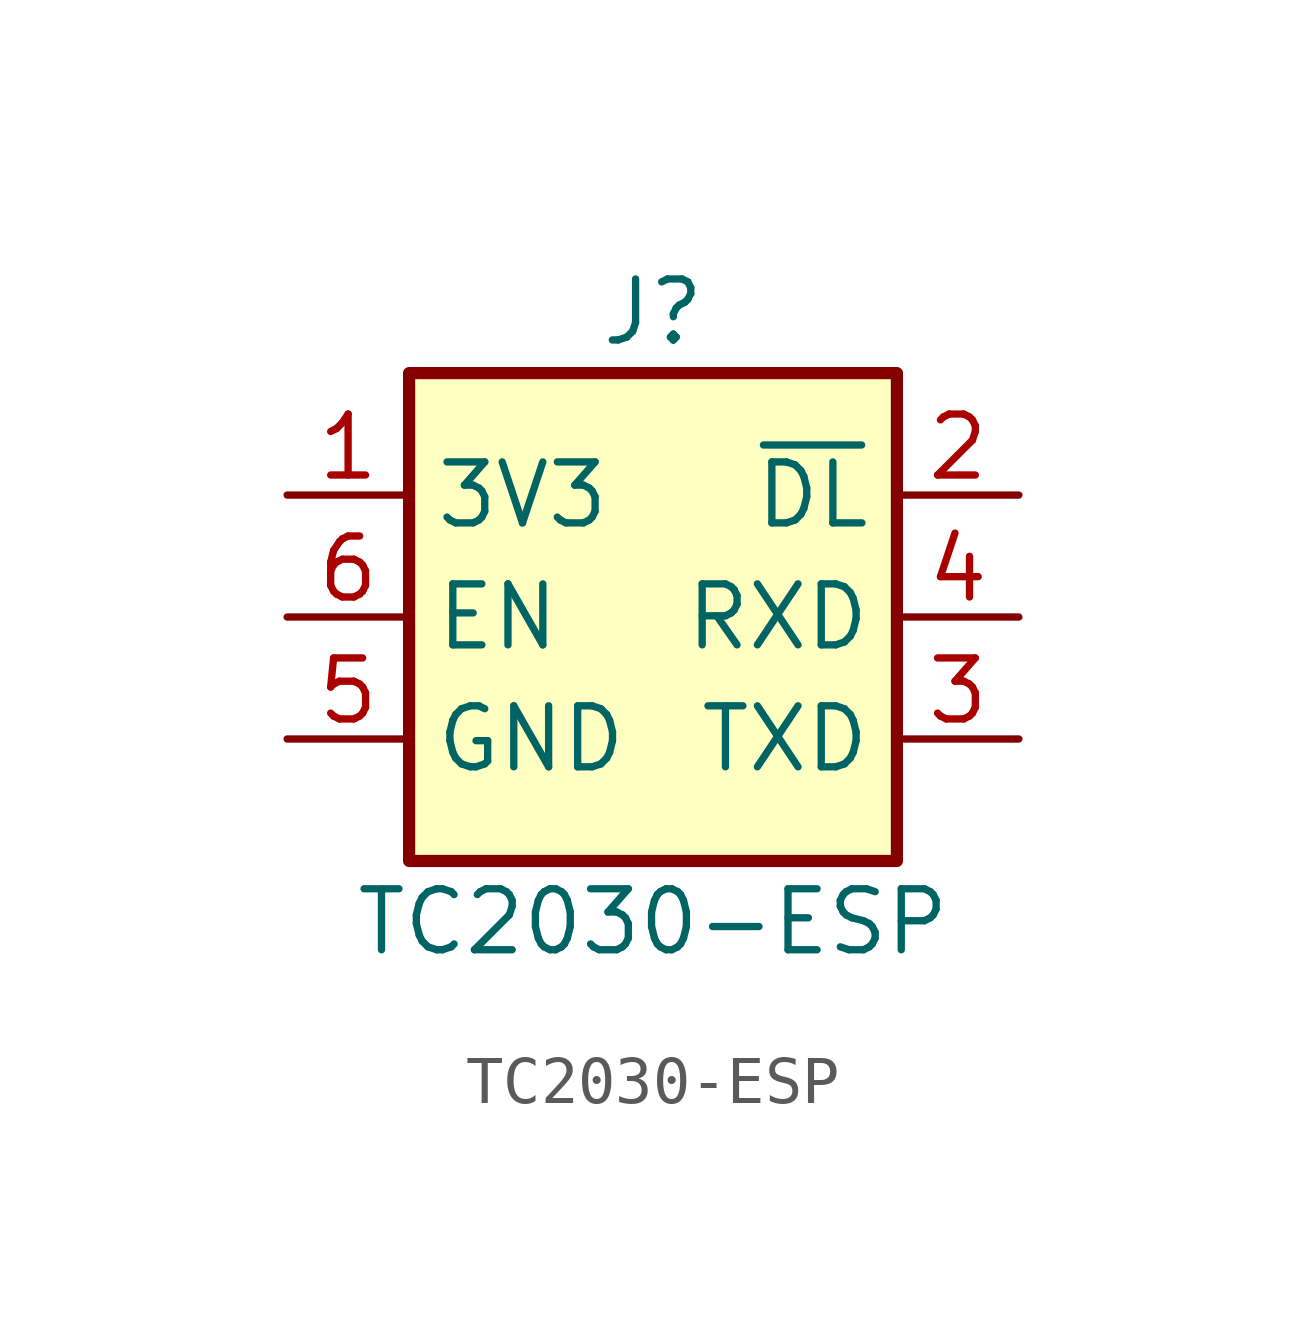
<source format=kicad_sym>
(kicad_symbol_lib
  (version 20211014)
  (generator kicad_symbol_editor)
  (symbol "TC2030-ESP"
    (property "Reference" "J"
      (at 0 6.35 0)
      (effects (font (size 1.27 1.27))))
    (property "Value" "TC2030-ESP"
      (at 0 -6.35 0)
      (effects (font (size 1.27 1.27))))
    (symbol "TC2030-ESP_0_1"
      (rectangle (start -5.08 5.08) (end 5.08 -5.08) (stroke (width 0.254) (type default) (color 0 0 0 0)) (fill (type background))))
    (symbol "TC2030-ESP_1_1"
      (pin power_out line (at -7.62 2.54 0) (length 2.54) (name "3V3" (effects (font (size 1.27 1.27)))) (number "1" (effects (font (size 1.27 1.27)))))
      (pin output line (at 7.62 2.54 180) (length 2.54) (name "~{DL}" (effects (font (size 1.27 1.27)))) (number "2" (effects (font (size 1.27 1.27)))))
      (pin input line (at 7.62 -2.54 180) (length 2.54) (name "TXD" (effects (font (size 1.27 1.27)))) (number "3" (effects (font (size 1.27 1.27)))))
      (pin output line (at 7.62 0 180) (length 2.54) (name "RXD" (effects (font (size 1.27 1.27)))) (number "4" (effects (font (size 1.27 1.27)))))
      (pin power_out line (at -7.62 -2.54 0) (length 2.54) (name "GND" (effects (font (size 1.27 1.27)))) (number "5" (effects (font (size 1.27 1.27)))))
      (pin output line (at -7.62 0 0) (length 2.54) (name "EN" (effects (font (size 1.27 1.27)))) (number "6" (effects (font (size 1.27 1.27))))))))
</source>
